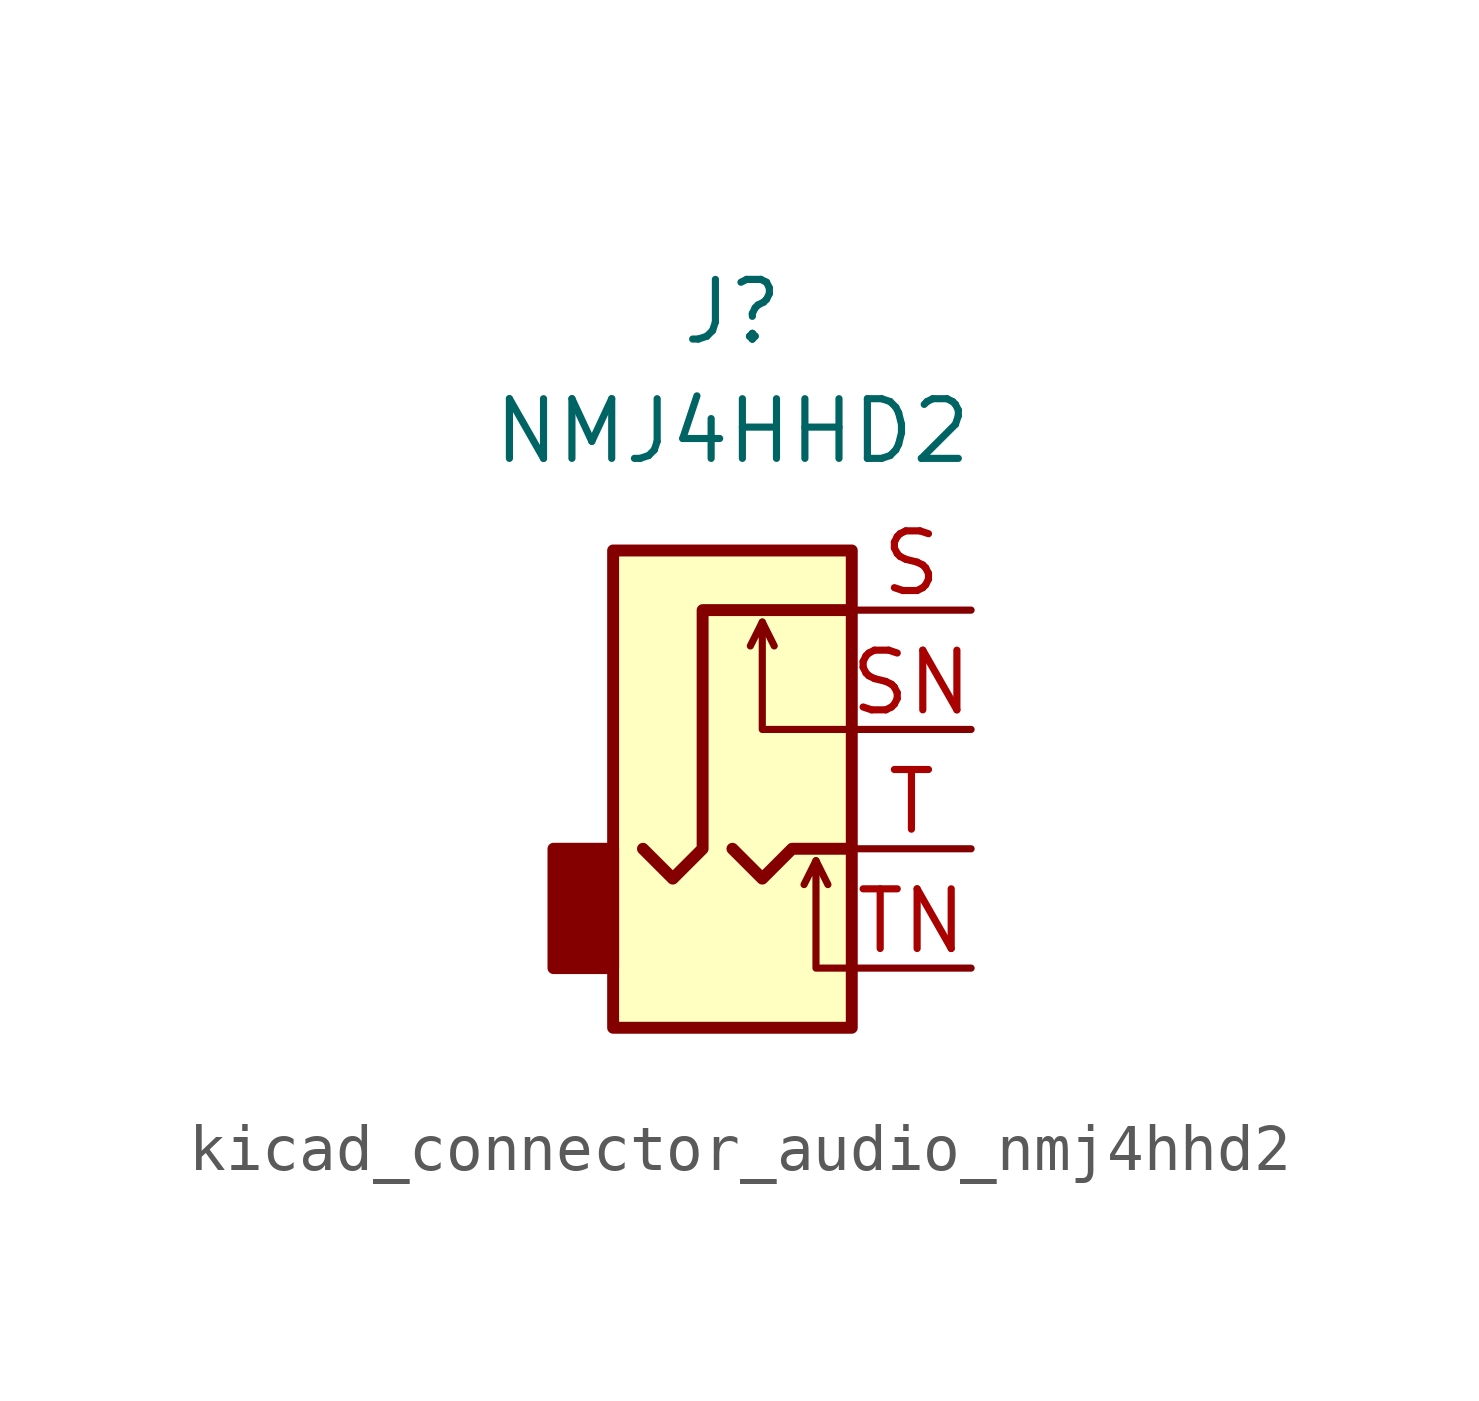
<source format=kicad_sym>
(kicad_symbol_lib
  (version 20220914)
  (generator kicad_symbol_editor)
  (symbol "kicad_connector_audio_nmj4hhd2"
    (property "Reference" "J"
      (at 0 11.43 0)
      (effects (font (size 1.27 1.27))))
    (property "Value" "NMJ4HHD2"
      (at 0 8.89 0)
      (effects (font (size 1.27 1.27))))
    (symbol "kicad_connector_audio_nmj4hhd2_0_1"
      (rectangle (start -2.54 0) (end -3.81 -2.54) (stroke (width 0.254) (type default)) (fill (type outline)))
      (rectangle (start 2.54 6.35) (end -2.54 -3.81) (stroke (width 0.254) (type default)) (fill (type background))))
    (symbol "kicad_connector_audio_nmj4hhd2_1_1"
      (polyline (pts (xy 0.635 4.826) (xy 0.889 4.318)) (stroke (width 0) (type default)) (fill (type none)))
      (polyline (pts (xy 1.778 -0.254) (xy 2.032 -0.762)) (stroke (width 0) (type default)) (fill (type none)))
      (polyline (pts (xy 0 0) (xy 0.635 -0.635) (xy 1.27 0) (xy 2.54 0)) (stroke (width 0.254) (type default)) (fill (type none)))
      (polyline (pts (xy 2.54 -2.54) (xy 1.778 -2.54) (xy 1.778 -0.254) (xy 1.524 -0.762)) (stroke (width 0) (type default)) (fill (type none)))
      (polyline (pts (xy 2.54 2.54) (xy 0.635 2.54) (xy 0.635 4.826) (xy 0.381 4.318)) (stroke (width 0) (type default)) (fill (type none)))
      (polyline (pts (xy 2.54 5.08) (xy -0.635 5.08) (xy -0.635 0) (xy -1.27 -0.635) (xy -1.905 0)) (stroke (width 0.254) (type default)) (fill (type none)))
      (pin passive line (at 5.08 5.08 180) (length 2.54) (name "~" (effects (font (size 1.27 1.27)))) (number "S" (effects (font (size 1.27 1.27)))))
      (pin passive line (at 5.08 2.54 180) (length 2.54) (name "~" (effects (font (size 1.27 1.27)))) (number "SN" (effects (font (size 1.27 1.27)))))
      (pin passive line (at 5.08 0 180) (length 2.54) (name "~" (effects (font (size 1.27 1.27)))) (number "T" (effects (font (size 1.27 1.27)))))
      (pin passive line (at 5.08 -2.54 180) (length 2.54) (name "~" (effects (font (size 1.27 1.27)))) (number "TN" (effects (font (size 1.27 1.27))))))))
</source>
